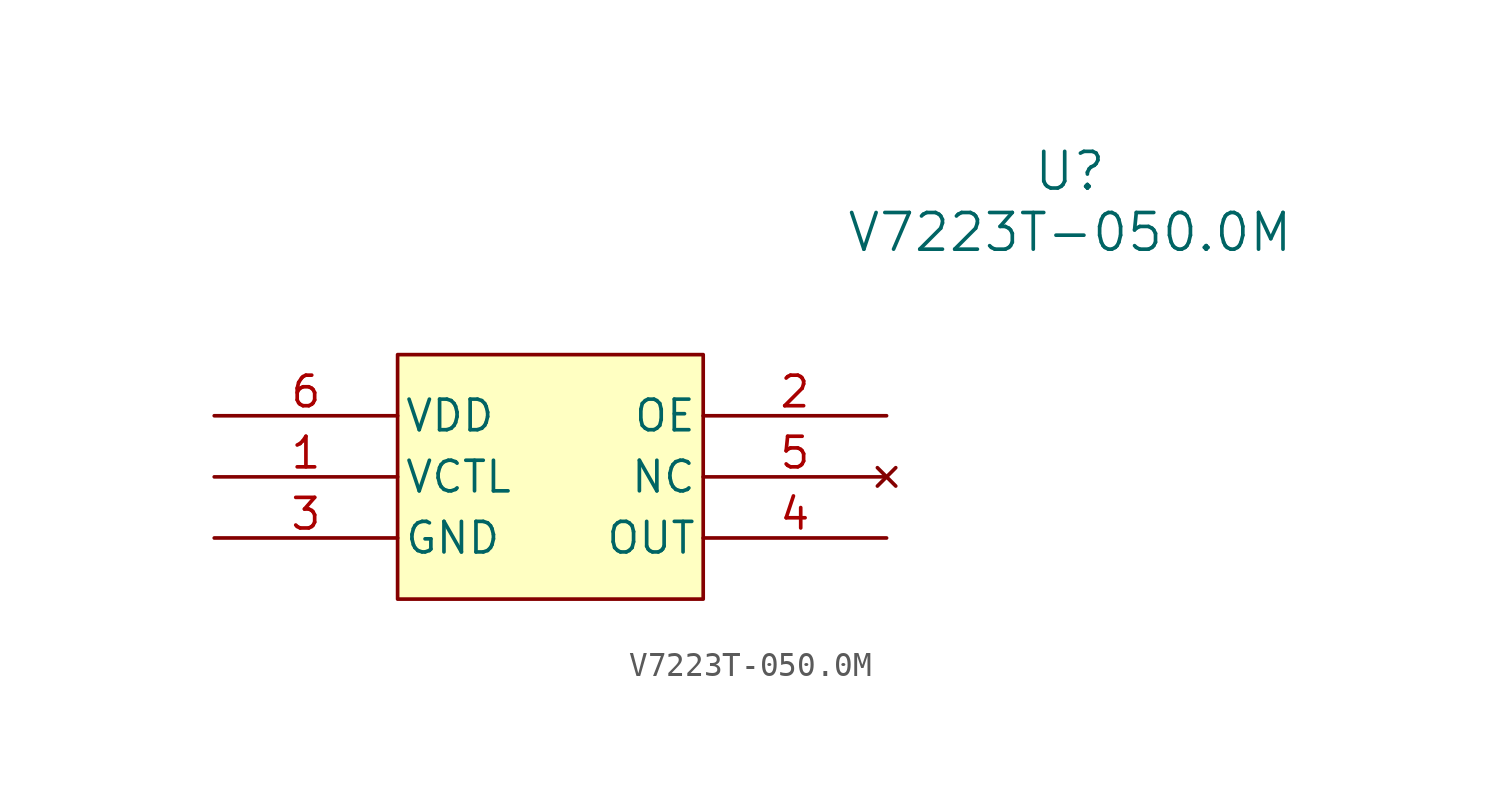
<source format=kicad_sym>
(kicad_symbol_lib
  (version 20231120)
  (generator "kicad_symbol_editor")
  (generator_version "8.0")
  (symbol "V7223T-050.0M"
    (pin_names
      (offset 0.254))
    (property "Reference" "U"
      (at 35.56 10.16 0)
      (effects (font (size 1.524 1.524))))
    (property "Value" "V7223T-050.0M"
      (at 35.56 7.62 0)
      (effects (font (size 1.524 1.524))))
    (property "ki_locked" ""
      (at 0 0 0)
      (effects (font (size 1.27 1.27))))
    (symbol "V7223T-050.0M_0_1"
      (pin power_in line (at 0 0 0) (length 7.62) (name "VDD" (effects (font (size 1.27 1.27)))) (number "6" (effects (font (size 1.27 1.27))))))
    (symbol "V7223T-050.0M_1_1"
      (rectangle (start 7.62 2.54) (end 20.32 -7.62) (stroke (width 0) (type default)) (fill (type background)))
      (pin input line (at 0 -2.54 0) (length 7.62) (name "VCTL" (effects (font (size 1.27 1.27)))) (number "1" (effects (font (size 1.27 1.27)))))
      (pin input line (at 27.94 0 180) (length 7.62) (name "OE" (effects (font (size 1.27 1.27)))) (number "2" (effects (font (size 1.27 1.27)))))
      (pin power_out line (at 0 -5.08 0) (length 7.62) (name "GND" (effects (font (size 1.27 1.27)))) (number "3" (effects (font (size 1.27 1.27)))))
      (pin output line (at 27.94 -5.08 180) (length 7.62) (name "OUT" (effects (font (size 1.27 1.27)))) (number "4" (effects (font (size 1.27 1.27)))))
      (pin no_connect line (at 27.94 -2.54 180) (length 7.62) (name "NC" (effects (font (size 1.27 1.27)))) (number "5" (effects (font (size 1.27 1.27))))))))
</source>
